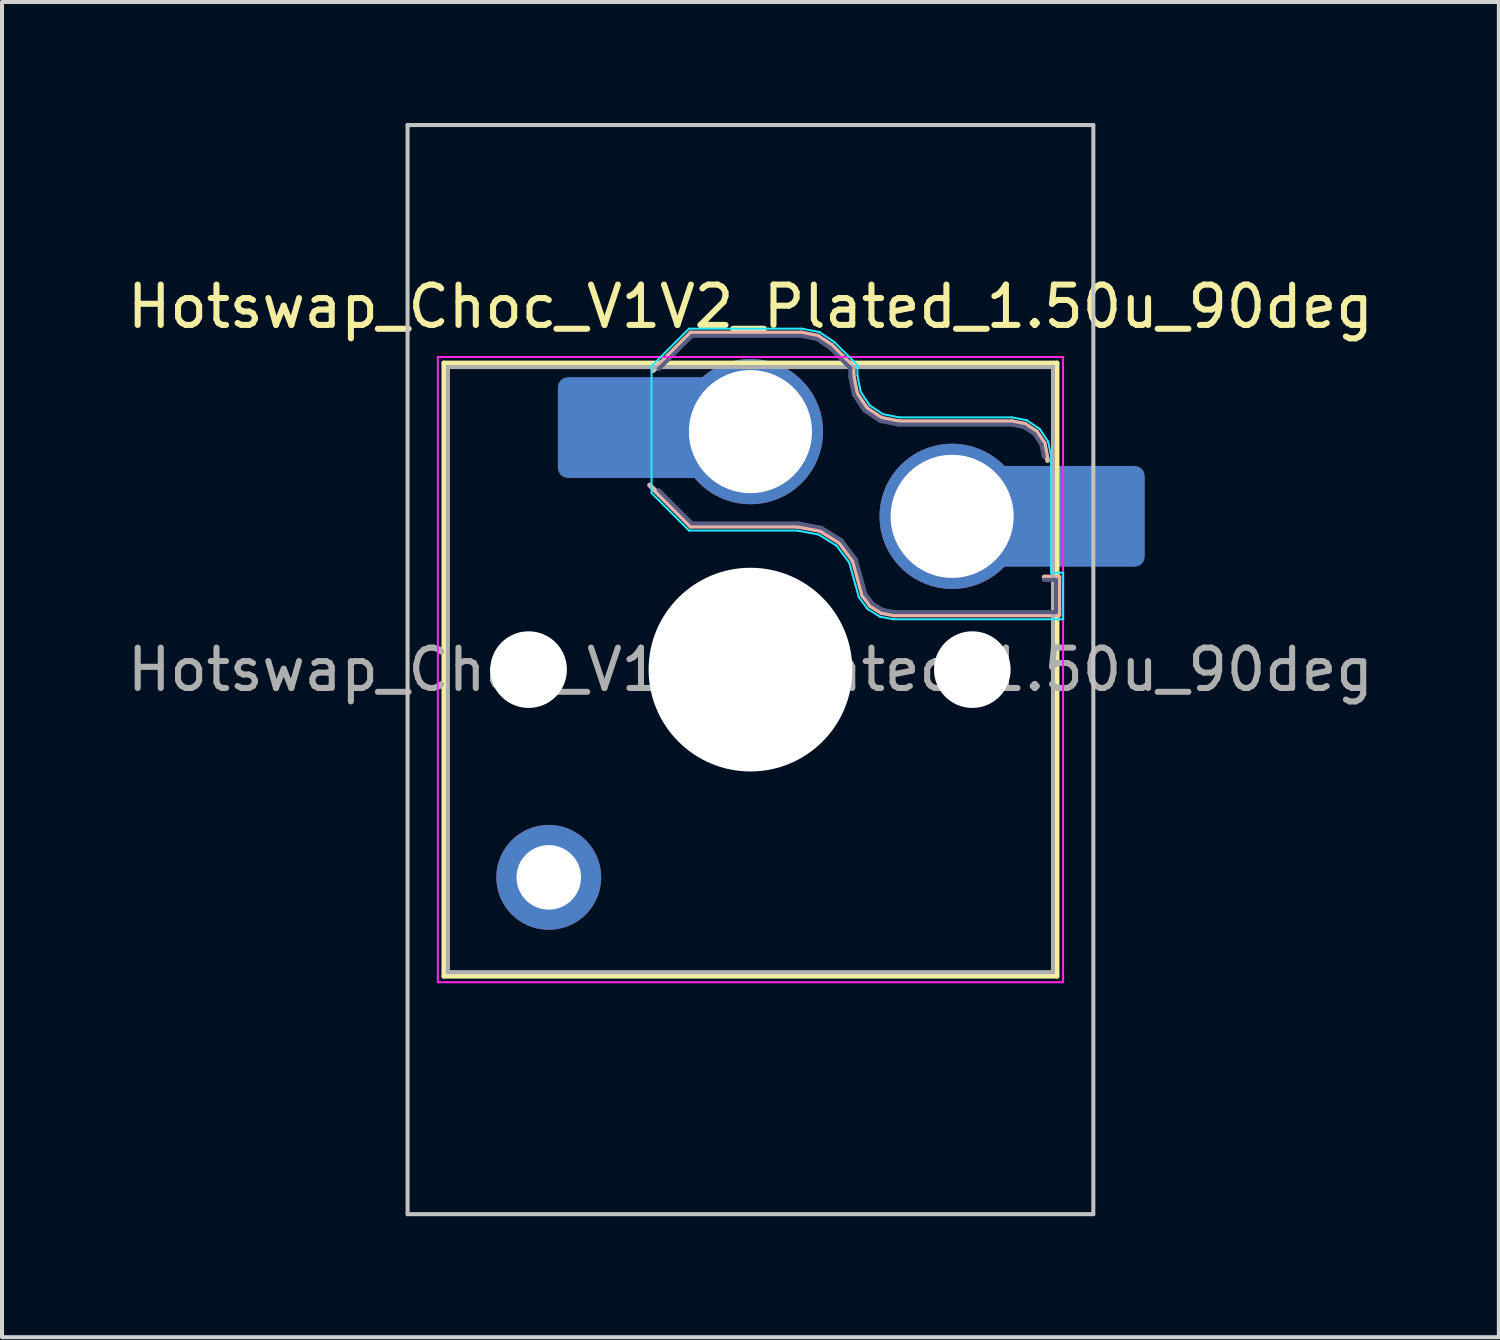
<source format=kicad_pcb>
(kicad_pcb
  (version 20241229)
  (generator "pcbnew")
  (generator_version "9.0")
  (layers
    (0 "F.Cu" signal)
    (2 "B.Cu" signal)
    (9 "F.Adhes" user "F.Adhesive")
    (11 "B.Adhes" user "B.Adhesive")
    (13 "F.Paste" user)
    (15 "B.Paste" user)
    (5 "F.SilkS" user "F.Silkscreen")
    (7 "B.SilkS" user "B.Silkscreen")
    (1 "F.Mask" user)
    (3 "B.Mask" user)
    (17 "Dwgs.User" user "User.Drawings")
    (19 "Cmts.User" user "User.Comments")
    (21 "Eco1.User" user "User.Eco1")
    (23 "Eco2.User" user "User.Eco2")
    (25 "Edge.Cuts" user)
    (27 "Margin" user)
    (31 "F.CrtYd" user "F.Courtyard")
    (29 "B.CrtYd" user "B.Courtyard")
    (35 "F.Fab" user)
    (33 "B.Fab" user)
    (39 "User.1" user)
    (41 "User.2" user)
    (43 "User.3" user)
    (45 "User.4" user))
  (footprint "Hotswap_Choc_V1V2_Plated_1.50u_90deg"
    (layer "F.Cu")
    (at 15.554 13.55)
    (property "Reference" "Hotswap_Choc_V1V2_Plated_1.50u_90deg" (at 0 -9 0) (layer "F.SilkS") (effects (font (size 1 1) (thickness 0.15))))
    (attr smd allow_soldermask_bridges)
    (fp_line (start -7.6 -7.6) (end -7.6 7.6) (stroke (width 0.12) (type solid)) (layer "F.SilkS"))
    (fp_line (start -7.6 7.6) (end 7.6 7.6) (stroke (width 0.12) (type solid)) (layer "F.SilkS"))
    (fp_line (start 7.6 -7.6) (end -7.6 -7.6) (stroke (width 0.12) (type solid)) (layer "F.SilkS"))
    (fp_line (start 7.6 7.6) (end 7.6 -7.6) (stroke (width 0.12) (type solid)) (layer "F.SilkS"))
    (fp_line (start -2.416 -7.409) (end -1.479 -8.346) (stroke (width 0.12) (type solid)) (layer "B.SilkS"))
    (fp_line (start -1.479 -8.346) (end 1.268 -8.346) (stroke (width 0.12) (type solid)) (layer "B.SilkS"))
    (fp_line (start -1.479 -3.554) (end -2.5 -4.575) (stroke (width 0.12) (type solid)) (layer "B.SilkS"))
    (fp_line (start 1.168 -3.554) (end -1.479 -3.554) (stroke (width 0.12) (type solid)) (layer "B.SilkS"))
    (fp_line (start 1.268 -8.346) (end 1.671 -8.266) (stroke (width 0.12) (type solid)) (layer "B.SilkS"))
    (fp_line (start 1.671 -8.266) (end 2.013 -8.037) (stroke (width 0.12) (type solid)) (layer "B.SilkS"))
    (fp_line (start 1.73 -3.449) (end 1.168 -3.554) (stroke (width 0.12) (type solid)) (layer "B.SilkS"))
    (fp_line (start 2.013 -8.037) (end 2.546 -7.504) (stroke (width 0.12) (type solid)) (layer "B.SilkS"))
    (fp_line (start 2.209 -3.15) (end 1.73 -3.449) (stroke (width 0.12) (type solid)) (layer "B.SilkS"))
    (fp_line (start 2.546 -7.504) (end 2.546 -7.282) (stroke (width 0.12) (type solid)) (layer "B.SilkS"))
    (fp_line (start 2.546 -7.282) (end 2.633 -6.844) (stroke (width 0.12) (type solid)) (layer "B.SilkS"))
    (fp_line (start 2.547 -2.697) (end 2.209 -3.15) (stroke (width 0.12) (type solid)) (layer "B.SilkS"))
    (fp_line (start 2.633 -6.844) (end 2.877 -6.477) (stroke (width 0.12) (type solid)) (layer "B.SilkS"))
    (fp_line (start 2.701 -2.139) (end 2.547 -2.697) (stroke (width 0.12) (type solid)) (layer "B.SilkS"))
    (fp_line (start 2.783 -1.841) (end 2.701 -2.139) (stroke (width 0.12) (type solid)) (layer "B.SilkS"))
    (fp_line (start 2.877 -6.477) (end 3.244 -6.233) (stroke (width 0.12) (type solid)) (layer "B.SilkS"))
    (fp_line (start 2.976 -1.583) (end 2.783 -1.841) (stroke (width 0.12) (type solid)) (layer "B.SilkS"))
    (fp_line (start 3.244 -6.233) (end 3.682 -6.146) (stroke (width 0.12) (type solid)) (layer "B.SilkS"))
    (fp_line (start 3.25 -1.413) (end 2.976 -1.583) (stroke (width 0.12) (type solid)) (layer "B.SilkS"))
    (fp_line (start 3.56 -1.354) (end 3.25 -1.413) (stroke (width 0.12) (type solid)) (layer "B.SilkS"))
    (fp_line (start 3.682 -6.146) (end 6.482 -6.146) (stroke (width 0.12) (type solid)) (layer "B.SilkS"))
    (fp_line (start 6.482 -6.146) (end 6.809 -6.081) (stroke (width 0.12) (type solid)) (layer "B.SilkS"))
    (fp_line (start 6.809 -6.081) (end 7.092 -5.892) (stroke (width 0.12) (type solid)) (layer "B.SilkS"))
    (fp_line (start 7.092 -5.892) (end 7.281 -5.609) (stroke (width 0.12) (type solid)) (layer "B.SilkS"))
    (fp_line (start 7.281 -5.609) (end 7.366 -5.182) (stroke (width 0.12) (type solid)) (layer "B.SilkS"))
    (fp_line (start 7.283 -2.296) (end 7.646 -2.296) (stroke (width 0.12) (type solid)) (layer "B.SilkS"))
    (fp_line (start 7.646 -2.296) (end 7.646 -1.354) (stroke (width 0.12) (type solid)) (layer "B.SilkS"))
    (fp_line (start 7.646 -1.354) (end 3.56 -1.354) (stroke (width 0.12) (type solid)) (layer "B.SilkS"))
    (fp_line (start -8.5 -13.5) (end 8.5 -13.5) (stroke (width 0.1) (type solid)) (layer "Dwgs.User"))
    (fp_line (start -8.5 13.5) (end -8.5 -13.5) (stroke (width 0.1) (type solid)) (layer "Dwgs.User"))
    (fp_line (start 8.5 -13.5) (end 8.5 13.5) (stroke (width 0.1) (type solid)) (layer "Dwgs.User"))
    (fp_line (start 8.5 13.5) (end -8.5 13.5) (stroke (width 0.1) (type solid)) (layer "Dwgs.User"))
    (fp_line (start -7.25 -7.25) (end -7.25 7.25) (stroke (width 0.1) (type solid)) (layer "Eco1.User"))
    (fp_line (start -7.25 7.25) (end 7.25 7.25) (stroke (width 0.1) (type solid)) (layer "Eco1.User"))
    (fp_line (start 7.25 -7.25) (end -7.25 -7.25) (stroke (width 0.1) (type solid)) (layer "Eco1.User"))
    (fp_line (start 7.25 7.25) (end 7.25 -7.25) (stroke (width 0.1) (type solid)) (layer "Eco1.User"))
    (fp_line (start -2.452 -7.523) (end -1.523 -8.452) (stroke (width 0.05) (type solid)) (layer "B.CrtYd"))
    (fp_line (start -2.452 -4.377) (end -2.452 -7.523) (stroke (width 0.05) (type solid)) (layer "B.CrtYd"))
    (fp_line (start -1.523 -8.452) (end 1.278 -8.452) (stroke (width 0.05) (type solid)) (layer "B.CrtYd"))
    (fp_line (start -1.523 -3.448) (end -2.452 -4.377) (stroke (width 0.05) (type solid)) (layer "B.CrtYd"))
    (fp_line (start 1.159 -3.448) (end -1.523 -3.448) (stroke (width 0.05) (type solid)) (layer "B.CrtYd"))
    (fp_line (start 1.278 -8.452) (end 1.712 -8.366) (stroke (width 0.05) (type solid)) (layer "B.CrtYd"))
    (fp_line (start 1.691 -3.348) (end 1.159 -3.448) (stroke (width 0.05) (type solid)) (layer "B.CrtYd"))
    (fp_line (start 1.712 -8.366) (end 2.081 -8.119) (stroke (width 0.05) (type solid)) (layer "B.CrtYd"))
    (fp_line (start 2.081 -8.119) (end 2.652 -7.548) (stroke (width 0.05) (type solid)) (layer "B.CrtYd"))
    (fp_line (start 2.136 -3.071) (end 1.691 -3.348) (stroke (width 0.05) (type solid)) (layer "B.CrtYd"))
    (fp_line (start 2.45 -2.65) (end 2.136 -3.071) (stroke (width 0.05) (type solid)) (layer "B.CrtYd"))
    (fp_line (start 2.599 -2.111) (end 2.45 -2.65) (stroke (width 0.05) (type solid)) (layer "B.CrtYd"))
    (fp_line (start 2.652 -7.548) (end 2.652 -7.292) (stroke (width 0.05) (type solid)) (layer "B.CrtYd"))
    (fp_line (start 2.652 -7.292) (end 2.733 -6.885) (stroke (width 0.05) (type solid)) (layer "B.CrtYd"))
    (fp_line (start 2.687 -1.794) (end 2.599 -2.111) (stroke (width 0.05) (type solid)) (layer "B.CrtYd"))
    (fp_line (start 2.733 -6.885) (end 2.953 -6.553) (stroke (width 0.05) (type solid)) (layer "B.CrtYd"))
    (fp_line (start 2.903 -1.503) (end 2.687 -1.794) (stroke (width 0.05) (type solid)) (layer "B.CrtYd"))
    (fp_line (start 2.953 -6.553) (end 3.285 -6.333) (stroke (width 0.05) (type solid)) (layer "B.CrtYd"))
    (fp_line (start 3.211 -1.312) (end 2.903 -1.503) (stroke (width 0.05) (type solid)) (layer "B.CrtYd"))
    (fp_line (start 3.285 -6.333) (end 3.692 -6.252) (stroke (width 0.05) (type solid)) (layer "B.CrtYd"))
    (fp_line (start 3.55 -1.248) (end 3.211 -1.312) (stroke (width 0.05) (type solid)) (layer "B.CrtYd"))
    (fp_line (start 3.692 -6.252) (end 6.492 -6.252) (stroke (width 0.05) (type solid)) (layer "B.CrtYd"))
    (fp_line (start 6.492 -6.252) (end 6.85 -6.181) (stroke (width 0.05) (type solid)) (layer "B.CrtYd"))
    (fp_line (start 6.85 -6.181) (end 7.168 -5.968) (stroke (width 0.05) (type solid)) (layer "B.CrtYd"))
    (fp_line (start 7.168 -5.968) (end 7.381 -5.65) (stroke (width 0.05) (type solid)) (layer "B.CrtYd"))
    (fp_line (start 7.381 -5.65) (end 7.452 -5.292) (stroke (width 0.05) (type solid)) (layer "B.CrtYd"))
    (fp_line (start 7.452 -5.292) (end 7.452 -2.402) (stroke (width 0.05) (type solid)) (layer "B.CrtYd"))
    (fp_line (start 7.452 -2.402) (end 7.752 -2.402) (stroke (width 0.05) (type solid)) (layer "B.CrtYd"))
    (fp_line (start 7.752 -2.402) (end 7.752 -1.248) (stroke (width 0.05) (type solid)) (layer "B.CrtYd"))
    (fp_line (start 7.752 -1.248) (end 3.55 -1.248) (stroke (width 0.05) (type solid)) (layer "B.CrtYd"))
    (fp_line (start -7.75 -7.75) (end -7.75 7.75) (stroke (width 0.05) (type solid)) (layer "F.CrtYd"))
    (fp_line (start -7.75 7.75) (end 7.75 7.75) (stroke (width 0.05) (type solid)) (layer "F.CrtYd"))
    (fp_line (start 7.75 -7.75) (end -7.75 -7.75) (stroke (width 0.05) (type solid)) (layer "F.CrtYd"))
    (fp_line (start 7.75 7.75) (end 7.75 -7.75) (stroke (width 0.05) (type solid)) (layer "F.CrtYd"))
    (fp_line (start -2.275 -7.45) (end -1.45 -8.275) (stroke (width 0.1) (type solid)) (layer "B.Fab"))
    (fp_line (start -1.45 -8.275) (end 1.261 -8.275) (stroke (width 0.1) (type solid)) (layer "B.Fab"))
    (fp_line (start -1.45 -3.625) (end -2.275 -4.45) (stroke (width 0.1) (type solid)) (layer "B.Fab"))
    (fp_line (start 1.175 -3.625) (end -1.45 -3.625) (stroke (width 0.1) (type solid)) (layer "B.Fab"))
    (fp_line (start 1.261 -8.275) (end 1.643 -8.199) (stroke (width 0.1) (type solid)) (layer "B.Fab"))
    (fp_line (start 1.643 -8.199) (end 1.968 -7.982) (stroke (width 0.1) (type solid)) (layer "B.Fab"))
    (fp_line (start 1.756 -3.516) (end 1.175 -3.625) (stroke (width 0.1) (type solid)) (layer "B.Fab"))
    (fp_line (start 1.968 -7.982) (end 2.475 -7.475) (stroke (width 0.1) (type solid)) (layer "B.Fab"))
    (fp_line (start 2.258 -3.203) (end 1.756 -3.516) (stroke (width 0.1) (type solid)) (layer "B.Fab"))
    (fp_line (start 2.475 -7.475) (end 2.475 -7.275) (stroke (width 0.1) (type solid)) (layer "B.Fab"))
    (fp_line (start 2.475 -7.275) (end 2.566 -6.816) (stroke (width 0.1) (type solid)) (layer "B.Fab"))
    (fp_line (start 2.566 -6.816) (end 2.826 -6.426) (stroke (width 0.1) (type solid)) (layer "B.Fab"))
    (fp_line (start 2.612 -2.729) (end 2.258 -3.203) (stroke (width 0.1) (type solid)) (layer "B.Fab"))
    (fp_line (start 2.769 -2.158) (end 2.612 -2.729) (stroke (width 0.1) (type solid)) (layer "B.Fab"))
    (fp_line (start 2.826 -6.426) (end 3.216 -6.166) (stroke (width 0.1) (type solid)) (layer "B.Fab"))
    (fp_line (start 2.848 -1.873) (end 2.769 -2.158) (stroke (width 0.1) (type solid)) (layer "B.Fab"))
    (fp_line (start 3.025 -1.636) (end 2.848 -1.873) (stroke (width 0.1) (type solid)) (layer "B.Fab"))
    (fp_line (start 3.216 -6.166) (end 3.675 -6.075) (stroke (width 0.1) (type solid)) (layer "B.Fab"))
    (fp_line (start 3.276 -1.48) (end 3.025 -1.636) (stroke (width 0.1) (type solid)) (layer "B.Fab"))
    (fp_line (start 3.567 -1.425) (end 3.276 -1.48) (stroke (width 0.1) (type solid)) (layer "B.Fab"))
    (fp_line (start 3.675 -6.075) (end 6.475 -6.075) (stroke (width 0.1) (type solid)) (layer "B.Fab"))
    (fp_line (start 6.475 -6.075) (end 6.781 -6.014) (stroke (width 0.1) (type solid)) (layer "B.Fab"))
    (fp_line (start 6.781 -6.014) (end 7.041 -5.841) (stroke (width 0.1) (type solid)) (layer "B.Fab"))
    (fp_line (start 7.041 -5.841) (end 7.214 -5.581) (stroke (width 0.1) (type solid)) (layer "B.Fab"))
    (fp_line (start 7.214 -5.581) (end 7.275 -5.275) (stroke (width 0.1) (type solid)) (layer "B.Fab"))
    (fp_line (start 7.275 -2.225) (end 7.575 -2.225) (stroke (width 0.1) (type solid)) (layer "B.Fab"))
    (fp_line (start 7.575 -2.225) (end 7.575 -1.425) (stroke (width 0.1) (type solid)) (layer "B.Fab"))
    (fp_line (start 7.575 -1.425) (end 3.567 -1.425) (stroke (width 0.1) (type solid)) (layer "B.Fab"))
    (fp_line (start -7.5 -7.5) (end -7.5 7.5) (stroke (width 0.1) (type solid)) (layer "F.Fab"))
    (fp_line (start -7.5 7.5) (end 7.5 7.5) (stroke (width 0.1) (type solid)) (layer "F.Fab"))
    (fp_line (start 7.5 -7.5) (end -7.5 -7.5) (stroke (width 0.1) (type solid)) (layer "F.Fab"))
    (fp_line (start 7.5 7.5) (end 7.5 -7.5) (stroke (width 0.1) (type solid)) (layer "F.Fab"))
    (fp_text user "${REFERENCE}" (at 0 0 0) (layer "F.Fab") (effects (font (size 1 1) (thickness 0.15))))
    (pad "" np_thru_hole circle (at -5.5 0) (size 1.9 1.9) (drill 1.9) (layers "*.Cu" "*.Mask"))
    (pad "" thru_hole circle (at -5 5.15) (size 2.6 2.6) (drill 1.6) (layers "*.Cu" "*.Mask"))
    (pad "" smd roundrect (at -3.5 -6) (size 2.55 2.5) (layers "B.Mask" "B.Paste") (roundrect_rratio 0.1))
    (pad "" np_thru_hole circle (at 0 0) (size 5.05 5.05) (drill 5.05) (layers "*.Cu" "*.Mask"))
    (pad "" np_thru_hole circle (at 5.5 0) (size 1.9 1.9) (drill 1.9) (layers "*.Cu" "*.Mask"))
    (pad "" smd roundrect (at 8.5 -3.8) (size 2.55 2.5) (layers "B.Mask" "B.Paste") (roundrect_rratio 0.1))
    (pad "1" smd roundrect (at -2.85 -6) (size 3.85 2.5) (layers "B.Cu") (roundrect_rratio 0.1))
    (pad "1" thru_hole circle (at 0 -5.9) (size 3.6 3.6) (drill 3.05) (layers "*.Cu" "*.Mask"))
    (pad "2" thru_hole circle (at 5 -3.8) (size 3.6 3.6) (drill 3.05) (layers "*.Cu" "*.Mask"))
    (pad "2" smd roundrect (at 7.85 -3.8) (size 3.85 2.5) (layers "B.Cu") (roundrect_rratio 0.1)))
  (gr_rect
    (start -3 -3)
    (end 34.107 30.1)
    (stroke (width 0.1) (type default))
    (fill no)
    (layer "Edge.Cuts")))
</source>
